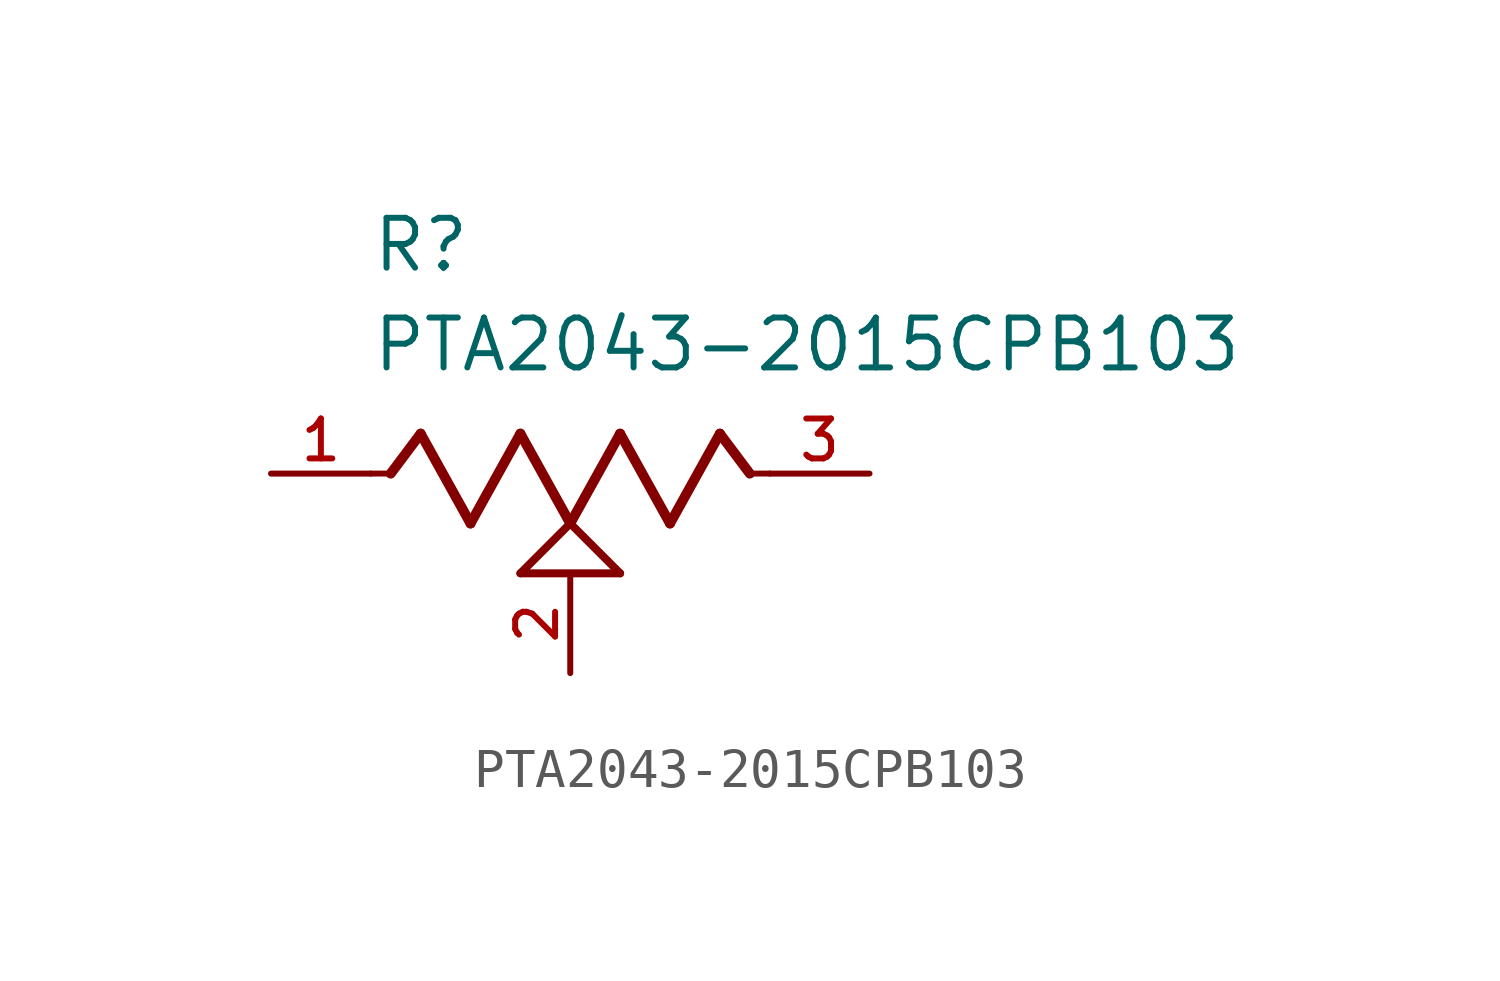
<source format=kicad_sym>
(kicad_symbol_lib
  (version 20211014)
  (generator kicad_symbol_editor)
  (symbol "PTA2043-2015CPB103"
    (pin_names
      (offset 1.016))
    (property "Reference" "R"
      (at -5.08 5.08 0)
      (effects (font (size 1.27 1.27)) (justify bottom left)))
    (property "Value" "PTA2043-2015CPB103"
      (at -5.08 2.54 0)
      (effects (font (size 1.27 1.27)) (justify bottom left)))
    (symbol "PTA2043-2015CPB103_0_0"
      (polyline (pts (xy -5.08 0.0) (xy -4.572 0.0)) (stroke (width 0.152)))
      (polyline (pts (xy -4.572 0.0) (xy -3.81 1.016)) (stroke (width 0.254)))
      (polyline (pts (xy -3.81 1.016) (xy -2.54 -1.27)) (stroke (width 0.254)))
      (polyline (pts (xy -2.54 -1.27) (xy -1.27 1.016)) (stroke (width 0.254)))
      (polyline (pts (xy -1.27 1.016) (xy 0.0 -1.27)) (stroke (width 0.254)))
      (polyline (pts (xy 0.0 -1.27) (xy 1.27 1.016)) (stroke (width 0.254)))
      (polyline (pts (xy 1.27 1.016) (xy 2.54 -1.27)) (stroke (width 0.254)))
      (polyline (pts (xy 2.54 -1.27) (xy 3.81 1.016)) (stroke (width 0.254)))
      (polyline (pts (xy 3.81 1.016) (xy 4.572 0.0)) (stroke (width 0.254)))
      (polyline (pts (xy 4.572 0.0) (xy 5.08 0.0)) (stroke (width 0.152)))
      (polyline (pts (xy 0.0 -1.27) (xy 1.27 -2.54)) (stroke (width 0.203)))
      (polyline (pts (xy -1.27 -2.54) (xy 0.0 -1.27)) (stroke (width 0.203)))
      (polyline (pts (xy 1.27 -2.54) (xy -1.27 -2.54)) (stroke (width 0.203)))
      (pin passive line (at -7.62 0.0 0) (length 2.54) (name "~" (effects (font (size 1.016 1.016)))) (number "1" (effects (font (size 1.016 1.016)))))
      (pin passive line (at 7.62 0.0 180.0) (length 2.54) (name "~" (effects (font (size 1.016 1.016)))) (number "3" (effects (font (size 1.016 1.016)))))
      (pin passive line (at 0.0 -5.08 90.0) (length 2.54) (name "~" (effects (font (size 1.016 1.016)))) (number "2" (effects (font (size 1.016 1.016))))))))
</source>
